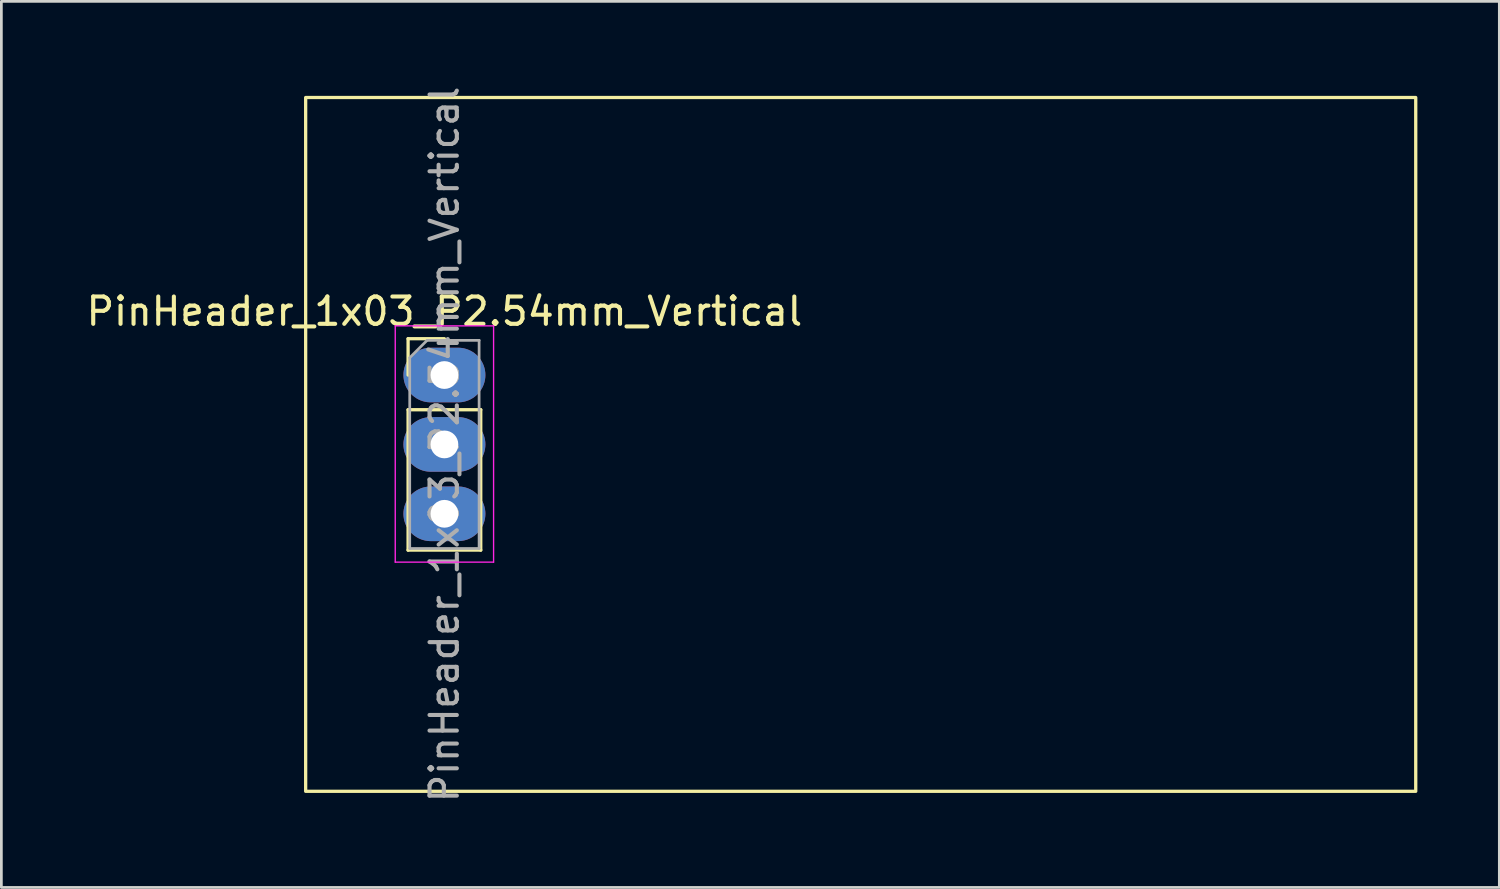
<source format=kicad_pcb>
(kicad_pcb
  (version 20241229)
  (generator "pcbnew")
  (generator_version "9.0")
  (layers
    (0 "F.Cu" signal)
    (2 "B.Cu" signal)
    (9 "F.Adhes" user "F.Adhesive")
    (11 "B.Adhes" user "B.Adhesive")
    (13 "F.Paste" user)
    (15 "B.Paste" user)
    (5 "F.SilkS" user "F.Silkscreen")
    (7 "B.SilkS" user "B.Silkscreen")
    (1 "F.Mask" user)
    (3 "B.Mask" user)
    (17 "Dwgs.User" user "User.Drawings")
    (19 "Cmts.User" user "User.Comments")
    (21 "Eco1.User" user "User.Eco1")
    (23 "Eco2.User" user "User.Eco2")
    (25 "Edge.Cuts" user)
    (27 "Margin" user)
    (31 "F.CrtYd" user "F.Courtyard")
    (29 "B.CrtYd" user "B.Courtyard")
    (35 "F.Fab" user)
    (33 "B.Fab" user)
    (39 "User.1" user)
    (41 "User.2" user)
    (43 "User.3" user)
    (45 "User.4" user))
  (footprint "PinHeader_1x03_P2.54mm_Vertical"
    (layer "F.Cu")
    (at 13.22 10.68)
    (property "Reference" "PinHeader_1x03_P2.54mm_Vertical" (at 0 -2.33 180) (layer "F.SilkS") (effects (font (size 1 1) (thickness 0.15))))
    (attr through_hole)
    (fp_line (start -1.33 -1.33) (end 0 -1.33) (stroke (width 0.12) (type solid)) (layer "F.SilkS"))
    (fp_line (start -1.33 0) (end -1.33 -1.33) (stroke (width 0.12) (type solid)) (layer "F.SilkS"))
    (fp_line (start -1.33 1.27) (end -1.33 6.41) (stroke (width 0.12) (type solid)) (layer "F.SilkS"))
    (fp_line (start -1.33 1.27) (end 1.33 1.27) (stroke (width 0.12) (type solid)) (layer "F.SilkS"))
    (fp_line (start -1.33 6.41) (end 1.33 6.41) (stroke (width 0.12) (type solid)) (layer "F.SilkS"))
    (fp_line (start 1.33 1.27) (end 1.33 6.41) (stroke (width 0.12) (type solid)) (layer "F.SilkS"))
    (fp_rect (start -5.08 -10.16) (end 35.56 15.24) (stroke (width 0.12) (type solid)) (fill no) (layer "F.SilkS"))
    (fp_line (start -1.8 -1.8) (end -1.8 6.85) (stroke (width 0.05) (type solid)) (layer "F.CrtYd"))
    (fp_line (start -1.8 6.85) (end 1.8 6.85) (stroke (width 0.05) (type solid)) (layer "F.CrtYd"))
    (fp_line (start 1.8 -1.8) (end -1.8 -1.8) (stroke (width 0.05) (type solid)) (layer "F.CrtYd"))
    (fp_line (start 1.8 6.85) (end 1.8 -1.8) (stroke (width 0.05) (type solid)) (layer "F.CrtYd"))
    (fp_line (start -1.27 -0.635) (end -0.635 -1.27) (stroke (width 0.1) (type solid)) (layer "F.Fab"))
    (fp_line (start -1.27 6.35) (end -1.27 -0.635) (stroke (width 0.1) (type solid)) (layer "F.Fab"))
    (fp_line (start -0.635 -1.27) (end 1.27 -1.27) (stroke (width 0.1) (type solid)) (layer "F.Fab"))
    (fp_line (start 1.27 -1.27) (end 1.27 6.35) (stroke (width 0.1) (type solid)) (layer "F.Fab"))
    (fp_line (start 1.27 6.35) (end -1.27 6.35) (stroke (width 0.1) (type solid)) (layer "F.Fab"))
    (fp_text user "${REFERENCE}" (at 0 2.54 90) (layer "F.Fab") (effects (font (size 1 1) (thickness 0.15))))
    (pad "1" thru_hole oval (at 0 0 90) (size 2 3) (drill 1.016) (layers "*.Cu" "*.Mask"))
    (pad "2" thru_hole oval (at 0 2.54 90) (size 2 3) (drill 1.016) (layers "*.Cu" "*.Mask"))
    (pad "3" thru_hole oval (at 0 5.08 90) (size 2 3) (drill 1.016) (layers "*.Cu" "*.Mask")))
  (gr_rect
    (start -3 -3)
    (end 51.84 29.44)
    (stroke (width 0.1) (type default))
    (fill no)
    (layer "Edge.Cuts")))
</source>
